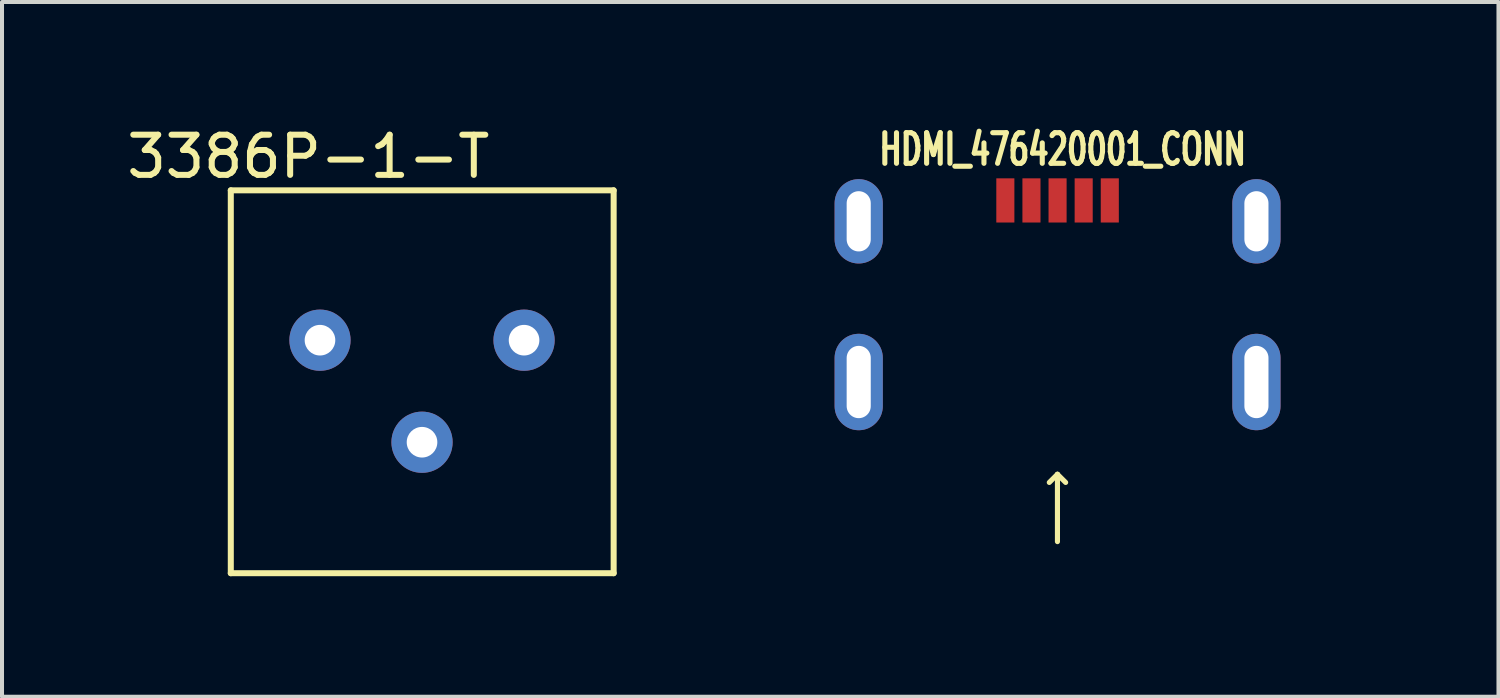
<source format=kicad_pcb>
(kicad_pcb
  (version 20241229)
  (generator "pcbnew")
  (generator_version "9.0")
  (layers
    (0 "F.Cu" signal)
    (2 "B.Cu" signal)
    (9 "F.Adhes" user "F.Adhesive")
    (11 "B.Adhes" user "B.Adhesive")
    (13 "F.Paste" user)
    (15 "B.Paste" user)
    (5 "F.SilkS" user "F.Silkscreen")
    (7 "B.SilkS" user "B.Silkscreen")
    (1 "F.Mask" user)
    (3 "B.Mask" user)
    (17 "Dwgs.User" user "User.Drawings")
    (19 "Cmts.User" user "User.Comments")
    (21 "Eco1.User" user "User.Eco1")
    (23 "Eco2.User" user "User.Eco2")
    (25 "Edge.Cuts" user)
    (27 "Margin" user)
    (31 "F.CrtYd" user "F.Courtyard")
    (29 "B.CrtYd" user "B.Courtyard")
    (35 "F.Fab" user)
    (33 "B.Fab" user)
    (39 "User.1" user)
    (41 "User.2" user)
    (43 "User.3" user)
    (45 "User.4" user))
  (footprint "3386P-1-T"
    (layer "F.Cu")
    (at 7.455 6.468)
    (property "Reference" "3386P-1-T" (at -2.83 -5.62 0) (layer "F.SilkS") (effects (font (size 1 1) (thickness 0.15))))
    (attr through_hole)
    (fp_line (start -4.76 -4.78) (end -4.76 4.75) (stroke (width 0.15) (type solid)) (layer "F.SilkS"))
    (fp_line (start -4.76 -4.78) (end 4.77 -4.78) (stroke (width 0.15) (type solid)) (layer "F.SilkS"))
    (fp_line (start -4.76 4.75) (end 4.77 4.75) (stroke (width 0.15) (type solid)) (layer "F.SilkS"))
    (fp_line (start 4.77 4.75) (end 4.77 -4.78) (stroke (width 0.15) (type solid)) (layer "F.SilkS"))
    (pad "1" thru_hole circle (at -2.54 -1.05) (size 1.524 1.524) (drill 0.762) (layers "*.Cu" "*.Mask"))
    (pad "2" thru_hole circle (at 0 1.49) (size 1.524 1.524) (drill 0.762) (layers "*.Cu" "*.Mask"))
    (pad "3" thru_hole circle (at 2.54 -1.05) (size 1.524 1.524) (drill 0.762) (layers "*.Cu" "*.Mask")))
  (footprint "HDMI_476420001_CONN"
    (layer "F.Cu")
    (at 23.275 1.939)
    (property "Reference" "HDMI_476420001_CONN" (at 0.127 -1.27 0) (layer "F.SilkS") (effects (font (size 0.762 0.508) (thickness 0.127))))
    (attr through_hole)
    (fp_line (start -0.003 6.817) (end -0.206 7.02) (stroke (width 0.127) (type solid)) (layer "F.SilkS"))
    (fp_line (start -0.003 6.817) (end 0.201 7.02) (stroke (width 0.127) (type solid)) (layer "F.SilkS"))
    (fp_line (start -0.003 8.493) (end -0.003 6.817) (stroke (width 0.127) (type solid)) (layer "F.SilkS"))
    (fp_line (start -3.95 0.97) (end 3.95 0.97) (stroke (width 0.15) (type solid)) (layer "Eco2.User"))
    (fp_line (start -3.95 6.47) (end -7.9 6.47) (stroke (width 0.15) (type solid)) (layer "Eco2.User"))
    (fp_line (start -3.95 6.47) (end -3.95 0.97) (stroke (width 0.15) (type solid)) (layer "Eco2.User"))
    (fp_line (start 3.95 6.47) (end 3.95 0.97) (stroke (width 0.15) (type solid)) (layer "Eco2.User"))
    (fp_line (start 3.95 6.47) (end 7.9 6.47) (stroke (width 0.15) (type solid)) (layer "Eco2.User"))
    (pad "1" smd rect (at -1.3 0) (size 0.45 1.1) (layers "F.Cu" "F.Mask" "F.Paste"))
    (pad "2" smd rect (at -0.65 0) (size 0.45 1.1) (layers "F.Cu" "F.Mask" "F.Paste"))
    (pad "3" smd rect (at 0 0) (size 0.45 1.1) (layers "F.Cu" "F.Mask" "F.Paste"))
    (pad "4" smd rect (at 0.65 0) (size 0.45 1.1) (layers "F.Cu" "F.Mask" "F.Paste"))
    (pad "5" smd rect (at 1.3 0) (size 0.45 1.1) (layers "F.Cu" "F.Mask" "F.Paste"))
    (pad "6" thru_hole oval (at 4.95 0.52) (size 1.2 2.1) (drill oval 0.6 1.5) (layers "*.Cu" "*.Mask"))
    (pad "7" thru_hole oval (at 4.95 4.52) (size 1.2 2.4) (drill oval 0.6 1.8) (layers "*.Cu" "*.Mask"))
    (pad "8" thru_hole oval (at -4.95 4.52) (size 1.2 2.4) (drill oval 0.6 1.8) (layers "*.Cu" "*.Mask"))
    (pad "9" thru_hole oval (at -4.95 0.52) (size 1.2 2.1) (drill oval 0.6 1.5) (layers "*.Cu" "*.Mask")))
  (gr_rect
    (start -3 -3)
    (end 34.25 14.293)
    (stroke (width 0.1) (type default))
    (fill no)
    (layer "Edge.Cuts")))
</source>
